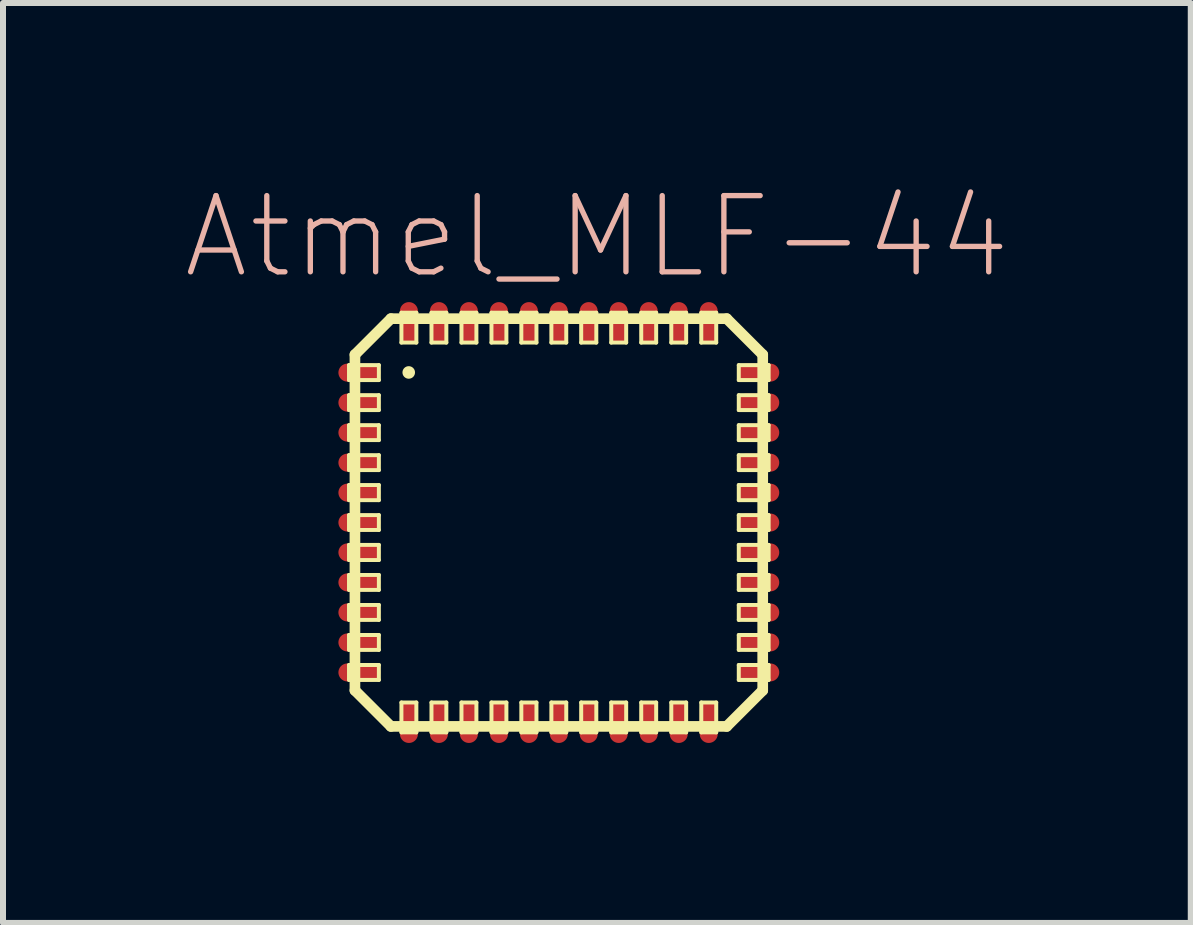
<source format=kicad_pcb>
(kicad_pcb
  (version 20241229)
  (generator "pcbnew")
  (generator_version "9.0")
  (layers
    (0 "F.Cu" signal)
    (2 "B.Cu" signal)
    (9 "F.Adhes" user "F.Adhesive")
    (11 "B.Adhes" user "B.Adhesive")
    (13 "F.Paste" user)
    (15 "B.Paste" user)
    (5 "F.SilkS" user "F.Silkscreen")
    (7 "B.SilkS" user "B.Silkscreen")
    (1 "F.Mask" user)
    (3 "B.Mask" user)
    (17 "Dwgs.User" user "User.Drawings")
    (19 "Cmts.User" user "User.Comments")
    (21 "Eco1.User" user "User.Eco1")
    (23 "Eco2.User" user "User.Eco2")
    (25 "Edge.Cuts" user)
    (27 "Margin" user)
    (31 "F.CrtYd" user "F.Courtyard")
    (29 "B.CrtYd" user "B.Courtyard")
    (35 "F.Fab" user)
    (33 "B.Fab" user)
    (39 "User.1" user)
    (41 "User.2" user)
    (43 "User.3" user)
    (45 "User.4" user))
  (footprint "Atmel_MLF-44"
    (layer "F.Cu")
    (at 6.266 5.661)
    (property "Reference" "Atmel_MLF-44" (at 0.635 -4.763 0) (layer "B.SilkS") (effects (font (size 1.27 1.27) (thickness 0.089))))
    (attr smd)
    (fp_line (start -3.498 -2.624) (end -3 -2.624) (stroke (width 0.066) (type solid)) (layer "F.SilkS"))
    (fp_line (start -3.498 -2.375) (end -3.498 -2.624) (stroke (width 0.066) (type solid)) (layer "F.SilkS"))
    (fp_line (start -3.498 -2.375) (end -3 -2.375) (stroke (width 0.066) (type solid)) (layer "F.SilkS"))
    (fp_line (start -3.498 -2.123) (end -3 -2.123) (stroke (width 0.066) (type solid)) (layer "F.SilkS"))
    (fp_line (start -3.498 -1.875) (end -3.498 -2.123) (stroke (width 0.066) (type solid)) (layer "F.SilkS"))
    (fp_line (start -3.498 -1.875) (end -3 -1.875) (stroke (width 0.066) (type solid)) (layer "F.SilkS"))
    (fp_line (start -3.498 -1.623) (end -3 -1.623) (stroke (width 0.066) (type solid)) (layer "F.SilkS"))
    (fp_line (start -3.498 -1.374) (end -3.498 -1.623) (stroke (width 0.066) (type solid)) (layer "F.SilkS"))
    (fp_line (start -3.498 -1.374) (end -3 -1.374) (stroke (width 0.066) (type solid)) (layer "F.SilkS"))
    (fp_line (start -3.498 -1.123) (end -3 -1.123) (stroke (width 0.066) (type solid)) (layer "F.SilkS"))
    (fp_line (start -3.498 -0.874) (end -3.498 -1.123) (stroke (width 0.066) (type solid)) (layer "F.SilkS"))
    (fp_line (start -3.498 -0.874) (end -3 -0.874) (stroke (width 0.066) (type solid)) (layer "F.SilkS"))
    (fp_line (start -3.498 -0.625) (end -3 -0.625) (stroke (width 0.066) (type solid)) (layer "F.SilkS"))
    (fp_line (start -3.498 -0.373) (end -3.498 -0.625) (stroke (width 0.066) (type solid)) (layer "F.SilkS"))
    (fp_line (start -3.498 -0.373) (end -3 -0.373) (stroke (width 0.066) (type solid)) (layer "F.SilkS"))
    (fp_line (start -3.498 -0.124) (end -3 -0.124) (stroke (width 0.066) (type solid)) (layer "F.SilkS"))
    (fp_line (start -3.498 0.124) (end -3.498 -0.124) (stroke (width 0.066) (type solid)) (layer "F.SilkS"))
    (fp_line (start -3.498 0.124) (end -3 0.124) (stroke (width 0.066) (type solid)) (layer "F.SilkS"))
    (fp_line (start -3.498 0.373) (end -3 0.373) (stroke (width 0.066) (type solid)) (layer "F.SilkS"))
    (fp_line (start -3.498 0.625) (end -3.498 0.373) (stroke (width 0.066) (type solid)) (layer "F.SilkS"))
    (fp_line (start -3.498 0.625) (end -3 0.625) (stroke (width 0.066) (type solid)) (layer "F.SilkS"))
    (fp_line (start -3.498 0.874) (end -3 0.874) (stroke (width 0.066) (type solid)) (layer "F.SilkS"))
    (fp_line (start -3.498 1.123) (end -3.498 0.874) (stroke (width 0.066) (type solid)) (layer "F.SilkS"))
    (fp_line (start -3.498 1.123) (end -3 1.123) (stroke (width 0.066) (type solid)) (layer "F.SilkS"))
    (fp_line (start -3.498 1.374) (end -3 1.374) (stroke (width 0.066) (type solid)) (layer "F.SilkS"))
    (fp_line (start -3.498 1.623) (end -3.498 1.374) (stroke (width 0.066) (type solid)) (layer "F.SilkS"))
    (fp_line (start -3.498 1.623) (end -3 1.623) (stroke (width 0.066) (type solid)) (layer "F.SilkS"))
    (fp_line (start -3.498 1.875) (end -3 1.875) (stroke (width 0.066) (type solid)) (layer "F.SilkS"))
    (fp_line (start -3.498 2.123) (end -3.498 1.875) (stroke (width 0.066) (type solid)) (layer "F.SilkS"))
    (fp_line (start -3.498 2.123) (end -3 2.123) (stroke (width 0.066) (type solid)) (layer "F.SilkS"))
    (fp_line (start -3.498 2.375) (end -3 2.375) (stroke (width 0.066) (type solid)) (layer "F.SilkS"))
    (fp_line (start -3.498 2.624) (end -3.498 2.375) (stroke (width 0.066) (type solid)) (layer "F.SilkS"))
    (fp_line (start -3.498 2.624) (end -3 2.624) (stroke (width 0.066) (type solid)) (layer "F.SilkS"))
    (fp_line (start -3.399 -2.799) (end -2.799 -3.399) (stroke (width 0.178) (type solid)) (layer "F.SilkS"))
    (fp_line (start -3.399 2.799) (end -3.399 -2.799) (stroke (width 0.178) (type solid)) (layer "F.SilkS"))
    (fp_line (start -3 -2.375) (end -3 -2.624) (stroke (width 0.066) (type solid)) (layer "F.SilkS"))
    (fp_line (start -3 -1.875) (end -3 -2.123) (stroke (width 0.066) (type solid)) (layer "F.SilkS"))
    (fp_line (start -3 -1.374) (end -3 -1.623) (stroke (width 0.066) (type solid)) (layer "F.SilkS"))
    (fp_line (start -3 -0.874) (end -3 -1.123) (stroke (width 0.066) (type solid)) (layer "F.SilkS"))
    (fp_line (start -3 -0.373) (end -3 -0.625) (stroke (width 0.066) (type solid)) (layer "F.SilkS"))
    (fp_line (start -3 0.124) (end -3 -0.124) (stroke (width 0.066) (type solid)) (layer "F.SilkS"))
    (fp_line (start -3 0.625) (end -3 0.373) (stroke (width 0.066) (type solid)) (layer "F.SilkS"))
    (fp_line (start -3 1.123) (end -3 0.874) (stroke (width 0.066) (type solid)) (layer "F.SilkS"))
    (fp_line (start -3 1.623) (end -3 1.374) (stroke (width 0.066) (type solid)) (layer "F.SilkS"))
    (fp_line (start -3 2.123) (end -3 1.875) (stroke (width 0.066) (type solid)) (layer "F.SilkS"))
    (fp_line (start -3 2.624) (end -3 2.375) (stroke (width 0.066) (type solid)) (layer "F.SilkS"))
    (fp_line (start -2.799 -3.399) (end 2.799 -3.399) (stroke (width 0.178) (type solid)) (layer "F.SilkS"))
    (fp_line (start -2.799 3.399) (end -3.399 2.799) (stroke (width 0.178) (type solid)) (layer "F.SilkS"))
    (fp_line (start -2.624 -3.498) (end -2.375 -3.498) (stroke (width 0.066) (type solid)) (layer "F.SilkS"))
    (fp_line (start -2.624 -3) (end -2.624 -3.498) (stroke (width 0.066) (type solid)) (layer "F.SilkS"))
    (fp_line (start -2.624 -3) (end -2.375 -3) (stroke (width 0.066) (type solid)) (layer "F.SilkS"))
    (fp_line (start -2.624 3) (end -2.375 3) (stroke (width 0.066) (type solid)) (layer "F.SilkS"))
    (fp_line (start -2.624 3.498) (end -2.624 3) (stroke (width 0.066) (type solid)) (layer "F.SilkS"))
    (fp_line (start -2.624 3.498) (end -2.375 3.498) (stroke (width 0.066) (type solid)) (layer "F.SilkS"))
    (fp_line (start -2.375 -3) (end -2.375 -3.498) (stroke (width 0.066) (type solid)) (layer "F.SilkS"))
    (fp_line (start -2.375 3.498) (end -2.375 3) (stroke (width 0.066) (type solid)) (layer "F.SilkS"))
    (fp_line (start -2.123 -3.498) (end -1.875 -3.498) (stroke (width 0.066) (type solid)) (layer "F.SilkS"))
    (fp_line (start -2.123 -3) (end -2.123 -3.498) (stroke (width 0.066) (type solid)) (layer "F.SilkS"))
    (fp_line (start -2.123 -3) (end -1.875 -3) (stroke (width 0.066) (type solid)) (layer "F.SilkS"))
    (fp_line (start -2.123 3) (end -1.875 3) (stroke (width 0.066) (type solid)) (layer "F.SilkS"))
    (fp_line (start -2.123 3.498) (end -2.123 3) (stroke (width 0.066) (type solid)) (layer "F.SilkS"))
    (fp_line (start -2.123 3.498) (end -1.875 3.498) (stroke (width 0.066) (type solid)) (layer "F.SilkS"))
    (fp_line (start -1.875 -3) (end -1.875 -3.498) (stroke (width 0.066) (type solid)) (layer "F.SilkS"))
    (fp_line (start -1.875 3.498) (end -1.875 3) (stroke (width 0.066) (type solid)) (layer "F.SilkS"))
    (fp_line (start -1.623 -3.498) (end -1.374 -3.498) (stroke (width 0.066) (type solid)) (layer "F.SilkS"))
    (fp_line (start -1.623 -3) (end -1.623 -3.498) (stroke (width 0.066) (type solid)) (layer "F.SilkS"))
    (fp_line (start -1.623 -3) (end -1.374 -3) (stroke (width 0.066) (type solid)) (layer "F.SilkS"))
    (fp_line (start -1.623 3) (end -1.374 3) (stroke (width 0.066) (type solid)) (layer "F.SilkS"))
    (fp_line (start -1.623 3.498) (end -1.623 3) (stroke (width 0.066) (type solid)) (layer "F.SilkS"))
    (fp_line (start -1.623 3.498) (end -1.374 3.498) (stroke (width 0.066) (type solid)) (layer "F.SilkS"))
    (fp_line (start -1.374 -3) (end -1.374 -3.498) (stroke (width 0.066) (type solid)) (layer "F.SilkS"))
    (fp_line (start -1.374 3.498) (end -1.374 3) (stroke (width 0.066) (type solid)) (layer "F.SilkS"))
    (fp_line (start -1.123 -3.498) (end -0.874 -3.498) (stroke (width 0.066) (type solid)) (layer "F.SilkS"))
    (fp_line (start -1.123 -3) (end -1.123 -3.498) (stroke (width 0.066) (type solid)) (layer "F.SilkS"))
    (fp_line (start -1.123 -3) (end -0.874 -3) (stroke (width 0.066) (type solid)) (layer "F.SilkS"))
    (fp_line (start -1.123 3) (end -0.874 3) (stroke (width 0.066) (type solid)) (layer "F.SilkS"))
    (fp_line (start -1.123 3.498) (end -1.123 3) (stroke (width 0.066) (type solid)) (layer "F.SilkS"))
    (fp_line (start -1.123 3.498) (end -0.874 3.498) (stroke (width 0.066) (type solid)) (layer "F.SilkS"))
    (fp_line (start -0.874 -3) (end -0.874 -3.498) (stroke (width 0.066) (type solid)) (layer "F.SilkS"))
    (fp_line (start -0.874 3.498) (end -0.874 3) (stroke (width 0.066) (type solid)) (layer "F.SilkS"))
    (fp_line (start -0.625 -3.498) (end -0.373 -3.498) (stroke (width 0.066) (type solid)) (layer "F.SilkS"))
    (fp_line (start -0.625 -3) (end -0.625 -3.498) (stroke (width 0.066) (type solid)) (layer "F.SilkS"))
    (fp_line (start -0.625 -3) (end -0.373 -3) (stroke (width 0.066) (type solid)) (layer "F.SilkS"))
    (fp_line (start -0.625 3) (end -0.373 3) (stroke (width 0.066) (type solid)) (layer "F.SilkS"))
    (fp_line (start -0.625 3.498) (end -0.625 3) (stroke (width 0.066) (type solid)) (layer "F.SilkS"))
    (fp_line (start -0.625 3.498) (end -0.373 3.498) (stroke (width 0.066) (type solid)) (layer "F.SilkS"))
    (fp_line (start -0.373 -3) (end -0.373 -3.498) (stroke (width 0.066) (type solid)) (layer "F.SilkS"))
    (fp_line (start -0.373 3.498) (end -0.373 3) (stroke (width 0.066) (type solid)) (layer "F.SilkS"))
    (fp_line (start -0.124 -3.498) (end 0.124 -3.498) (stroke (width 0.066) (type solid)) (layer "F.SilkS"))
    (fp_line (start -0.124 -3) (end -0.124 -3.498) (stroke (width 0.066) (type solid)) (layer "F.SilkS"))
    (fp_line (start -0.124 -3) (end 0.124 -3) (stroke (width 0.066) (type solid)) (layer "F.SilkS"))
    (fp_line (start -0.124 3) (end 0.124 3) (stroke (width 0.066) (type solid)) (layer "F.SilkS"))
    (fp_line (start -0.124 3.498) (end -0.124 3) (stroke (width 0.066) (type solid)) (layer "F.SilkS"))
    (fp_line (start -0.124 3.498) (end 0.124 3.498) (stroke (width 0.066) (type solid)) (layer "F.SilkS"))
    (fp_line (start 0.124 -3) (end 0.124 -3.498) (stroke (width 0.066) (type solid)) (layer "F.SilkS"))
    (fp_line (start 0.124 3.498) (end 0.124 3) (stroke (width 0.066) (type solid)) (layer "F.SilkS"))
    (fp_line (start 0.373 -3.498) (end 0.625 -3.498) (stroke (width 0.066) (type solid)) (layer "F.SilkS"))
    (fp_line (start 0.373 -3) (end 0.373 -3.498) (stroke (width 0.066) (type solid)) (layer "F.SilkS"))
    (fp_line (start 0.373 -3) (end 0.625 -3) (stroke (width 0.066) (type solid)) (layer "F.SilkS"))
    (fp_line (start 0.373 3) (end 0.625 3) (stroke (width 0.066) (type solid)) (layer "F.SilkS"))
    (fp_line (start 0.373 3.498) (end 0.373 3) (stroke (width 0.066) (type solid)) (layer "F.SilkS"))
    (fp_line (start 0.373 3.498) (end 0.625 3.498) (stroke (width 0.066) (type solid)) (layer "F.SilkS"))
    (fp_line (start 0.625 -3) (end 0.625 -3.498) (stroke (width 0.066) (type solid)) (layer "F.SilkS"))
    (fp_line (start 0.625 3.498) (end 0.625 3) (stroke (width 0.066) (type solid)) (layer "F.SilkS"))
    (fp_line (start 0.874 -3.498) (end 1.123 -3.498) (stroke (width 0.066) (type solid)) (layer "F.SilkS"))
    (fp_line (start 0.874 -3) (end 0.874 -3.498) (stroke (width 0.066) (type solid)) (layer "F.SilkS"))
    (fp_line (start 0.874 -3) (end 1.123 -3) (stroke (width 0.066) (type solid)) (layer "F.SilkS"))
    (fp_line (start 0.874 3) (end 1.123 3) (stroke (width 0.066) (type solid)) (layer "F.SilkS"))
    (fp_line (start 0.874 3.498) (end 0.874 3) (stroke (width 0.066) (type solid)) (layer "F.SilkS"))
    (fp_line (start 0.874 3.498) (end 1.123 3.498) (stroke (width 0.066) (type solid)) (layer "F.SilkS"))
    (fp_line (start 1.123 -3) (end 1.123 -3.498) (stroke (width 0.066) (type solid)) (layer "F.SilkS"))
    (fp_line (start 1.123 3.498) (end 1.123 3) (stroke (width 0.066) (type solid)) (layer "F.SilkS"))
    (fp_line (start 1.374 -3.498) (end 1.623 -3.498) (stroke (width 0.066) (type solid)) (layer "F.SilkS"))
    (fp_line (start 1.374 -3) (end 1.374 -3.498) (stroke (width 0.066) (type solid)) (layer "F.SilkS"))
    (fp_line (start 1.374 -3) (end 1.623 -3) (stroke (width 0.066) (type solid)) (layer "F.SilkS"))
    (fp_line (start 1.374 3) (end 1.623 3) (stroke (width 0.066) (type solid)) (layer "F.SilkS"))
    (fp_line (start 1.374 3.498) (end 1.374 3) (stroke (width 0.066) (type solid)) (layer "F.SilkS"))
    (fp_line (start 1.374 3.498) (end 1.623 3.498) (stroke (width 0.066) (type solid)) (layer "F.SilkS"))
    (fp_line (start 1.623 -3) (end 1.623 -3.498) (stroke (width 0.066) (type solid)) (layer "F.SilkS"))
    (fp_line (start 1.623 3.498) (end 1.623 3) (stroke (width 0.066) (type solid)) (layer "F.SilkS"))
    (fp_line (start 1.875 -3.498) (end 2.123 -3.498) (stroke (width 0.066) (type solid)) (layer "F.SilkS"))
    (fp_line (start 1.875 -3) (end 1.875 -3.498) (stroke (width 0.066) (type solid)) (layer "F.SilkS"))
    (fp_line (start 1.875 -3) (end 2.123 -3) (stroke (width 0.066) (type solid)) (layer "F.SilkS"))
    (fp_line (start 1.875 3) (end 2.123 3) (stroke (width 0.066) (type solid)) (layer "F.SilkS"))
    (fp_line (start 1.875 3.498) (end 1.875 3) (stroke (width 0.066) (type solid)) (layer "F.SilkS"))
    (fp_line (start 1.875 3.498) (end 2.123 3.498) (stroke (width 0.066) (type solid)) (layer "F.SilkS"))
    (fp_line (start 2.123 -3) (end 2.123 -3.498) (stroke (width 0.066) (type solid)) (layer "F.SilkS"))
    (fp_line (start 2.123 3.498) (end 2.123 3) (stroke (width 0.066) (type solid)) (layer "F.SilkS"))
    (fp_line (start 2.375 -3.498) (end 2.624 -3.498) (stroke (width 0.066) (type solid)) (layer "F.SilkS"))
    (fp_line (start 2.375 -3) (end 2.375 -3.498) (stroke (width 0.066) (type solid)) (layer "F.SilkS"))
    (fp_line (start 2.375 -3) (end 2.624 -3) (stroke (width 0.066) (type solid)) (layer "F.SilkS"))
    (fp_line (start 2.375 3) (end 2.624 3) (stroke (width 0.066) (type solid)) (layer "F.SilkS"))
    (fp_line (start 2.375 3.498) (end 2.375 3) (stroke (width 0.066) (type solid)) (layer "F.SilkS"))
    (fp_line (start 2.375 3.498) (end 2.624 3.498) (stroke (width 0.066) (type solid)) (layer "F.SilkS"))
    (fp_line (start 2.624 -3) (end 2.624 -3.498) (stroke (width 0.066) (type solid)) (layer "F.SilkS"))
    (fp_line (start 2.624 3.498) (end 2.624 3) (stroke (width 0.066) (type solid)) (layer "F.SilkS"))
    (fp_line (start 2.799 -3.399) (end 3.399 -2.799) (stroke (width 0.178) (type solid)) (layer "F.SilkS"))
    (fp_line (start 2.799 3.399) (end -2.799 3.399) (stroke (width 0.178) (type solid)) (layer "F.SilkS"))
    (fp_line (start 3 -2.624) (end 3.498 -2.624) (stroke (width 0.066) (type solid)) (layer "F.SilkS"))
    (fp_line (start 3 -2.375) (end 3 -2.624) (stroke (width 0.066) (type solid)) (layer "F.SilkS"))
    (fp_line (start 3 -2.375) (end 3.498 -2.375) (stroke (width 0.066) (type solid)) (layer "F.SilkS"))
    (fp_line (start 3 -2.123) (end 3.498 -2.123) (stroke (width 0.066) (type solid)) (layer "F.SilkS"))
    (fp_line (start 3 -1.875) (end 3 -2.123) (stroke (width 0.066) (type solid)) (layer "F.SilkS"))
    (fp_line (start 3 -1.875) (end 3.498 -1.875) (stroke (width 0.066) (type solid)) (layer "F.SilkS"))
    (fp_line (start 3 -1.623) (end 3.498 -1.623) (stroke (width 0.066) (type solid)) (layer "F.SilkS"))
    (fp_line (start 3 -1.374) (end 3 -1.623) (stroke (width 0.066) (type solid)) (layer "F.SilkS"))
    (fp_line (start 3 -1.374) (end 3.498 -1.374) (stroke (width 0.066) (type solid)) (layer "F.SilkS"))
    (fp_line (start 3 -1.123) (end 3.498 -1.123) (stroke (width 0.066) (type solid)) (layer "F.SilkS"))
    (fp_line (start 3 -0.874) (end 3 -1.123) (stroke (width 0.066) (type solid)) (layer "F.SilkS"))
    (fp_line (start 3 -0.874) (end 3.498 -0.874) (stroke (width 0.066) (type solid)) (layer "F.SilkS"))
    (fp_line (start 3 -0.625) (end 3.498 -0.625) (stroke (width 0.066) (type solid)) (layer "F.SilkS"))
    (fp_line (start 3 -0.373) (end 3 -0.625) (stroke (width 0.066) (type solid)) (layer "F.SilkS"))
    (fp_line (start 3 -0.373) (end 3.498 -0.373) (stroke (width 0.066) (type solid)) (layer "F.SilkS"))
    (fp_line (start 3 -0.124) (end 3.498 -0.124) (stroke (width 0.066) (type solid)) (layer "F.SilkS"))
    (fp_line (start 3 0.124) (end 3 -0.124) (stroke (width 0.066) (type solid)) (layer "F.SilkS"))
    (fp_line (start 3 0.124) (end 3.498 0.124) (stroke (width 0.066) (type solid)) (layer "F.SilkS"))
    (fp_line (start 3 0.373) (end 3.498 0.373) (stroke (width 0.066) (type solid)) (layer "F.SilkS"))
    (fp_line (start 3 0.625) (end 3 0.373) (stroke (width 0.066) (type solid)) (layer "F.SilkS"))
    (fp_line (start 3 0.625) (end 3.498 0.625) (stroke (width 0.066) (type solid)) (layer "F.SilkS"))
    (fp_line (start 3 0.874) (end 3.498 0.874) (stroke (width 0.066) (type solid)) (layer "F.SilkS"))
    (fp_line (start 3 1.123) (end 3 0.874) (stroke (width 0.066) (type solid)) (layer "F.SilkS"))
    (fp_line (start 3 1.123) (end 3.498 1.123) (stroke (width 0.066) (type solid)) (layer "F.SilkS"))
    (fp_line (start 3 1.374) (end 3.498 1.374) (stroke (width 0.066) (type solid)) (layer "F.SilkS"))
    (fp_line (start 3 1.623) (end 3 1.374) (stroke (width 0.066) (type solid)) (layer "F.SilkS"))
    (fp_line (start 3 1.623) (end 3.498 1.623) (stroke (width 0.066) (type solid)) (layer "F.SilkS"))
    (fp_line (start 3 1.875) (end 3.498 1.875) (stroke (width 0.066) (type solid)) (layer "F.SilkS"))
    (fp_line (start 3 2.123) (end 3 1.875) (stroke (width 0.066) (type solid)) (layer "F.SilkS"))
    (fp_line (start 3 2.123) (end 3.498 2.123) (stroke (width 0.066) (type solid)) (layer "F.SilkS"))
    (fp_line (start 3 2.375) (end 3.498 2.375) (stroke (width 0.066) (type solid)) (layer "F.SilkS"))
    (fp_line (start 3 2.624) (end 3 2.375) (stroke (width 0.066) (type solid)) (layer "F.SilkS"))
    (fp_line (start 3 2.624) (end 3.498 2.624) (stroke (width 0.066) (type solid)) (layer "F.SilkS"))
    (fp_line (start 3.399 -2.799) (end 3.399 2.799) (stroke (width 0.178) (type solid)) (layer "F.SilkS"))
    (fp_line (start 3.399 2.799) (end 2.799 3.399) (stroke (width 0.178) (type solid)) (layer "F.SilkS"))
    (fp_line (start 3.498 -2.375) (end 3.498 -2.624) (stroke (width 0.066) (type solid)) (layer "F.SilkS"))
    (fp_line (start 3.498 -1.875) (end 3.498 -2.123) (stroke (width 0.066) (type solid)) (layer "F.SilkS"))
    (fp_line (start 3.498 -1.374) (end 3.498 -1.623) (stroke (width 0.066) (type solid)) (layer "F.SilkS"))
    (fp_line (start 3.498 -0.874) (end 3.498 -1.123) (stroke (width 0.066) (type solid)) (layer "F.SilkS"))
    (fp_line (start 3.498 -0.373) (end 3.498 -0.625) (stroke (width 0.066) (type solid)) (layer "F.SilkS"))
    (fp_line (start 3.498 0.124) (end 3.498 -0.124) (stroke (width 0.066) (type solid)) (layer "F.SilkS"))
    (fp_line (start 3.498 0.625) (end 3.498 0.373) (stroke (width 0.066) (type solid)) (layer "F.SilkS"))
    (fp_line (start 3.498 1.123) (end 3.498 0.874) (stroke (width 0.066) (type solid)) (layer "F.SilkS"))
    (fp_line (start 3.498 1.623) (end 3.498 1.374) (stroke (width 0.066) (type solid)) (layer "F.SilkS"))
    (fp_line (start 3.498 2.123) (end 3.498 1.875) (stroke (width 0.066) (type solid)) (layer "F.SilkS"))
    (fp_line (start 3.498 2.624) (end 3.498 2.375) (stroke (width 0.066) (type solid)) (layer "F.SilkS"))
    (fp_circle (center -2.502 -2.502) (end -2.576 -2.576) (stroke (width 0) (type solid)) (fill yes) (layer "F.SilkS"))
    (pad "1" smd oval (at -3.325 -2.499) (size 0.699 0.3) (layers "F.Cu" "F.Mask" "F.Paste"))
    (pad "2" smd oval (at -3.325 -1.999) (size 0.699 0.3) (layers "F.Cu" "F.Mask" "F.Paste"))
    (pad "3" smd oval (at -3.325 -1.499) (size 0.699 0.3) (layers "F.Cu" "F.Mask" "F.Paste"))
    (pad "4" smd oval (at -3.325 -0.998) (size 0.699 0.3) (layers "F.Cu" "F.Mask" "F.Paste"))
    (pad "5" smd oval (at -3.325 -0.498) (size 0.699 0.3) (layers "F.Cu" "F.Mask" "F.Paste"))
    (pad "6" smd oval (at -3.325 0) (size 0.699 0.3) (layers "F.Cu" "F.Mask" "F.Paste"))
    (pad "7" smd oval (at -3.325 0.498) (size 0.699 0.3) (layers "F.Cu" "F.Mask" "F.Paste"))
    (pad "8" smd oval (at -3.325 0.998) (size 0.699 0.3) (layers "F.Cu" "F.Mask" "F.Paste"))
    (pad "9" smd oval (at -3.325 1.499) (size 0.699 0.3) (layers "F.Cu" "F.Mask" "F.Paste"))
    (pad "10" smd oval (at -3.325 1.999) (size 0.699 0.3) (layers "F.Cu" "F.Mask" "F.Paste"))
    (pad "11" smd oval (at -3.325 2.499) (size 0.699 0.3) (layers "F.Cu" "F.Mask" "F.Paste"))
    (pad "12" smd oval (at -2.499 3.325) (size 0.3 0.699) (layers "F.Cu" "F.Mask" "F.Paste"))
    (pad "13" smd oval (at -1.999 3.325) (size 0.3 0.699) (layers "F.Cu" "F.Mask" "F.Paste"))
    (pad "14" smd oval (at -1.499 3.325) (size 0.3 0.699) (layers "F.Cu" "F.Mask" "F.Paste"))
    (pad "15" smd oval (at -0.998 3.325) (size 0.3 0.699) (layers "F.Cu" "F.Mask" "F.Paste"))
    (pad "16" smd oval (at -0.498 3.325) (size 0.3 0.699) (layers "F.Cu" "F.Mask" "F.Paste"))
    (pad "17" smd oval (at 0 3.325) (size 0.3 0.699) (layers "F.Cu" "F.Mask" "F.Paste"))
    (pad "18" smd oval (at 0.498 3.325) (size 0.3 0.699) (layers "F.Cu" "F.Mask" "F.Paste"))
    (pad "19" smd oval (at 0.998 3.325) (size 0.3 0.699) (layers "F.Cu" "F.Mask" "F.Paste"))
    (pad "20" smd oval (at 1.499 3.325) (size 0.3 0.699) (layers "F.Cu" "F.Mask" "F.Paste"))
    (pad "21" smd oval (at 1.999 3.325) (size 0.3 0.699) (layers "F.Cu" "F.Mask" "F.Paste"))
    (pad "22" smd oval (at 2.499 3.325) (size 0.3 0.699) (layers "F.Cu" "F.Mask" "F.Paste"))
    (pad "23" smd oval (at 3.325 2.499) (size 0.699 0.3) (layers "F.Cu" "F.Mask" "F.Paste"))
    (pad "24" smd oval (at 3.325 1.999) (size 0.699 0.3) (layers "F.Cu" "F.Mask" "F.Paste"))
    (pad "25" smd oval (at 3.325 1.499) (size 0.699 0.3) (layers "F.Cu" "F.Mask" "F.Paste"))
    (pad "26" smd oval (at 3.325 0.998) (size 0.699 0.3) (layers "F.Cu" "F.Mask" "F.Paste"))
    (pad "27" smd oval (at 3.325 0.498) (size 0.699 0.3) (layers "F.Cu" "F.Mask" "F.Paste"))
    (pad "28" smd oval (at 3.325 0) (size 0.699 0.3) (layers "F.Cu" "F.Mask" "F.Paste"))
    (pad "29" smd oval (at 3.325 -0.498) (size 0.699 0.3) (layers "F.Cu" "F.Mask" "F.Paste"))
    (pad "30" smd oval (at 3.325 -0.998) (size 0.699 0.3) (layers "F.Cu" "F.Mask" "F.Paste"))
    (pad "31" smd oval (at 3.325 -1.499) (size 0.699 0.3) (layers "F.Cu" "F.Mask" "F.Paste"))
    (pad "32" smd oval (at 3.325 -1.999) (size 0.699 0.3) (layers "F.Cu" "F.Mask" "F.Paste"))
    (pad "33" smd oval (at 3.325 -2.499) (size 0.699 0.3) (layers "F.Cu" "F.Mask" "F.Paste"))
    (pad "34" smd oval (at 2.499 -3.325) (size 0.3 0.699) (layers "F.Cu" "F.Mask" "F.Paste"))
    (pad "35" smd oval (at 1.999 -3.325) (size 0.3 0.699) (layers "F.Cu" "F.Mask" "F.Paste"))
    (pad "36" smd oval (at 1.499 -3.325) (size 0.3 0.699) (layers "F.Cu" "F.Mask" "F.Paste"))
    (pad "37" smd oval (at 0.998 -3.325) (size 0.3 0.699) (layers "F.Cu" "F.Mask" "F.Paste"))
    (pad "38" smd oval (at 0.498 -3.325) (size 0.3 0.699) (layers "F.Cu" "F.Mask" "F.Paste"))
    (pad "39" smd oval (at 0 -3.325) (size 0.3 0.699) (layers "F.Cu" "F.Mask" "F.Paste"))
    (pad "40" smd oval (at -0.498 -3.325) (size 0.3 0.699) (layers "F.Cu" "F.Mask" "F.Paste"))
    (pad "41" smd oval (at -0.998 -3.325) (size 0.3 0.699) (layers "F.Cu" "F.Mask" "F.Paste"))
    (pad "42" smd oval (at -1.499 -3.325) (size 0.3 0.699) (layers "F.Cu" "F.Mask" "F.Paste"))
    (pad "43" smd oval (at -1.999 -3.325) (size 0.3 0.699) (layers "F.Cu" "F.Mask" "F.Paste"))
    (pad "44" smd oval (at -2.499 -3.325) (size 0.3 0.699) (layers "F.Cu" "F.Mask" "F.Paste")))
  (gr_rect
    (start -3 -3)
    (end 16.801 12.336)
    (stroke (width 0.1) (type default))
    (fill no)
    (layer "Edge.Cuts")))
</source>
